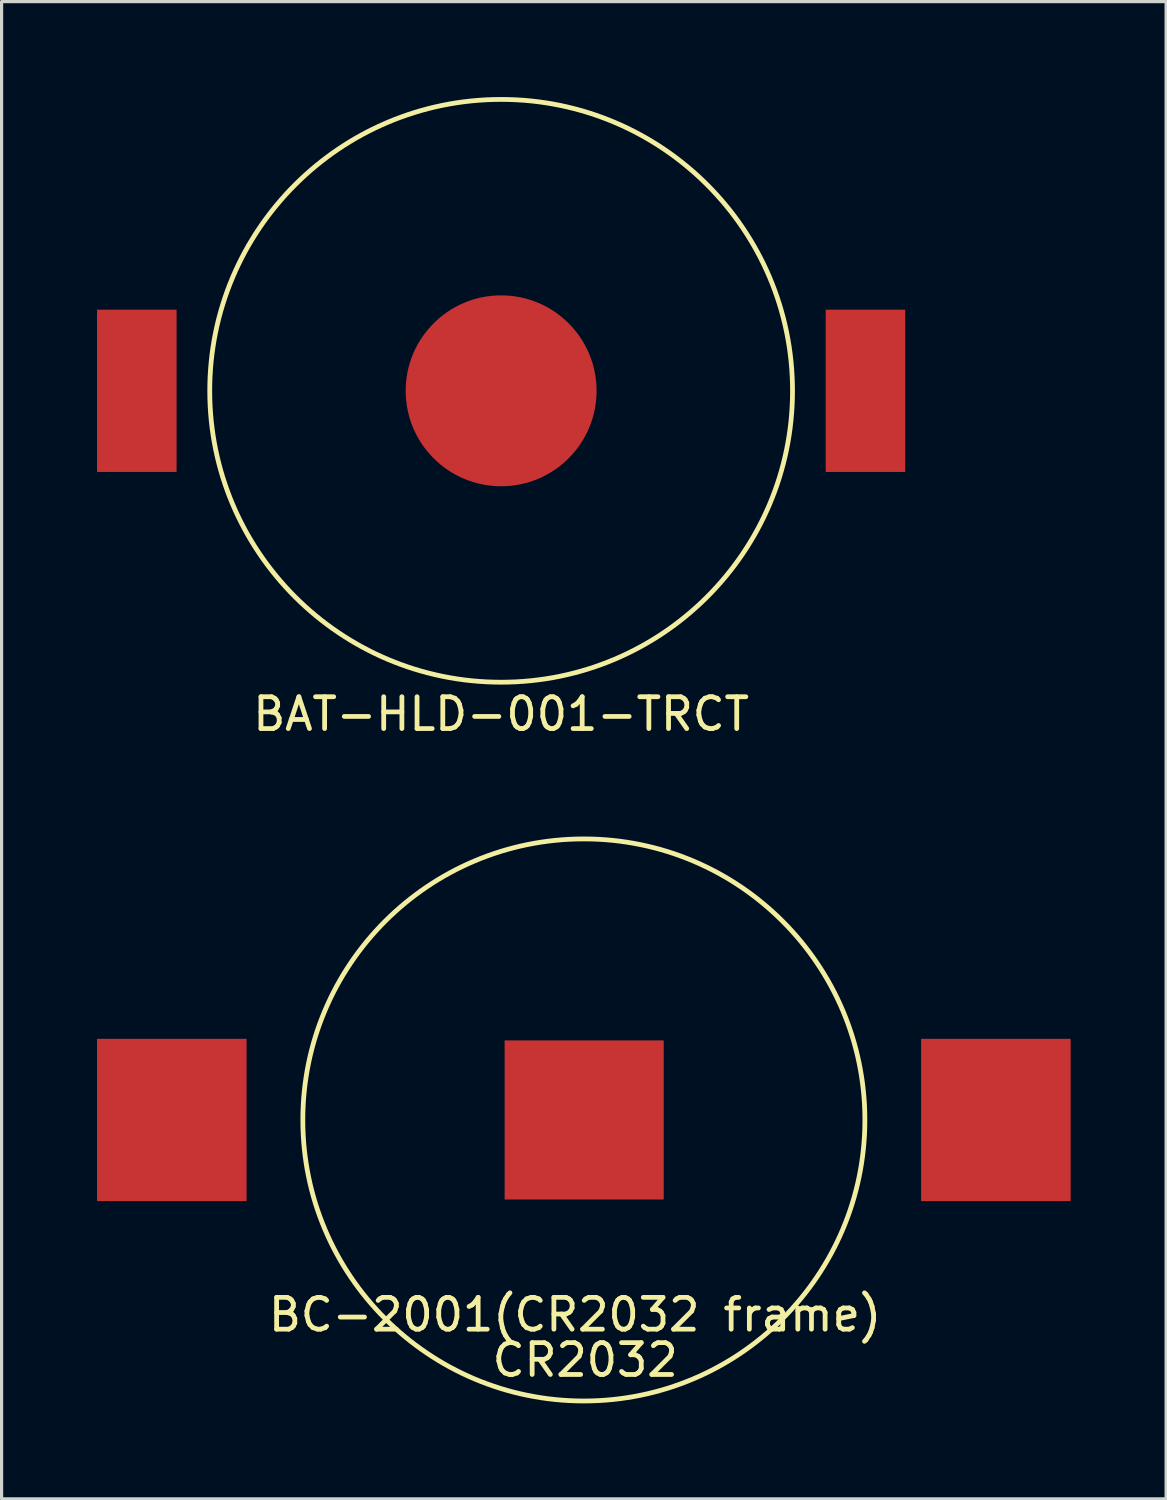
<source format=kicad_pcb>
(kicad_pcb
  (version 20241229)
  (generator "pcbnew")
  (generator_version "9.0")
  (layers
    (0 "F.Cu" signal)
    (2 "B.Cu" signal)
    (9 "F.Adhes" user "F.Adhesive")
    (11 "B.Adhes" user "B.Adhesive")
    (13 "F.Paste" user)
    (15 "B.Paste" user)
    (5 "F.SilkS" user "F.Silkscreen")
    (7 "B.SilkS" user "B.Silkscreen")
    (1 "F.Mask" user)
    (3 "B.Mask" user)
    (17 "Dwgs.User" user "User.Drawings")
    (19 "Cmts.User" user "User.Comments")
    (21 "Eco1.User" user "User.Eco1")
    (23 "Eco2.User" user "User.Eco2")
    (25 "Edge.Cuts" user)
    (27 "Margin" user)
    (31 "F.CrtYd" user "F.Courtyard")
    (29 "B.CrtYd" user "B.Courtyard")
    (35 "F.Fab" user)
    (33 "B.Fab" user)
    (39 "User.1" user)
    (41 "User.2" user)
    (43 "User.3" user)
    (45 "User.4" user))
  (footprint "BAT-HLD-001-TRCT"
    (layer "F.Cu")
    (at 12.7 9.233)
    (property "Reference" "BAT-HLD-001-TRCT" (at 0 10.16 0) (layer "F.SilkS") (effects (font (size 1 1) (thickness 0.15))))
    (attr through_hole)
    (fp_circle (center 0 0) (end 7.62 5.08) (stroke (width 0.15) (type solid)) (fill no) (layer "F.SilkS"))
    (pad "1" smd rect (at -11.45 0) (size 2.5 5.1) (layers "F.Cu" "F.Mask" "F.Paste"))
    (pad "1" smd rect (at 11.45 0) (size 2.5 5.1) (layers "F.Cu" "F.Mask" "F.Paste"))
    (pad "2" smd oval (at 0 0) (size 6 6) (layers "F.Cu" "F.Mask" "F.Paste")))
  (footprint "BC-2001(CR2032 frame)"
    (layer "F.Cu")
    (at 2.35 32.149)
    (property "Reference" "BC-2001(CR2032 frame)" (at 12.675 6.121 0) (layer "F.SilkS") (effects (font (size 1 1) (thickness 0.15))))
    (attr through_hole)
    (fp_circle (center 12.95 0) (end 20 5.321) (stroke (width 0.15) (type solid)) (fill no) (layer "F.SilkS"))
    (fp_text user "CR2032" (at 12.992 7.544 0) (layer "F.SilkS") (effects (font (size 1 1) (thickness 0.15))))
    (pad "1" smd rect (at 0 0) (size 4.7 5.1) (layers "F.Cu" "F.Mask" "F.Paste"))
    (pad "1" smd rect (at 25.9 0) (size 4.7 5.1) (layers "F.Cu" "F.Mask" "F.Paste"))
    (pad "2" smd rect (at 12.96 0) (size 5 5) (layers "F.Cu" "F.Mask" "F.Paste")))
  (gr_rect
    (start -3 -3)
    (end 33.6 44.057)
    (stroke (width 0.1) (type default))
    (fill no)
    (layer "Edge.Cuts")))
</source>
